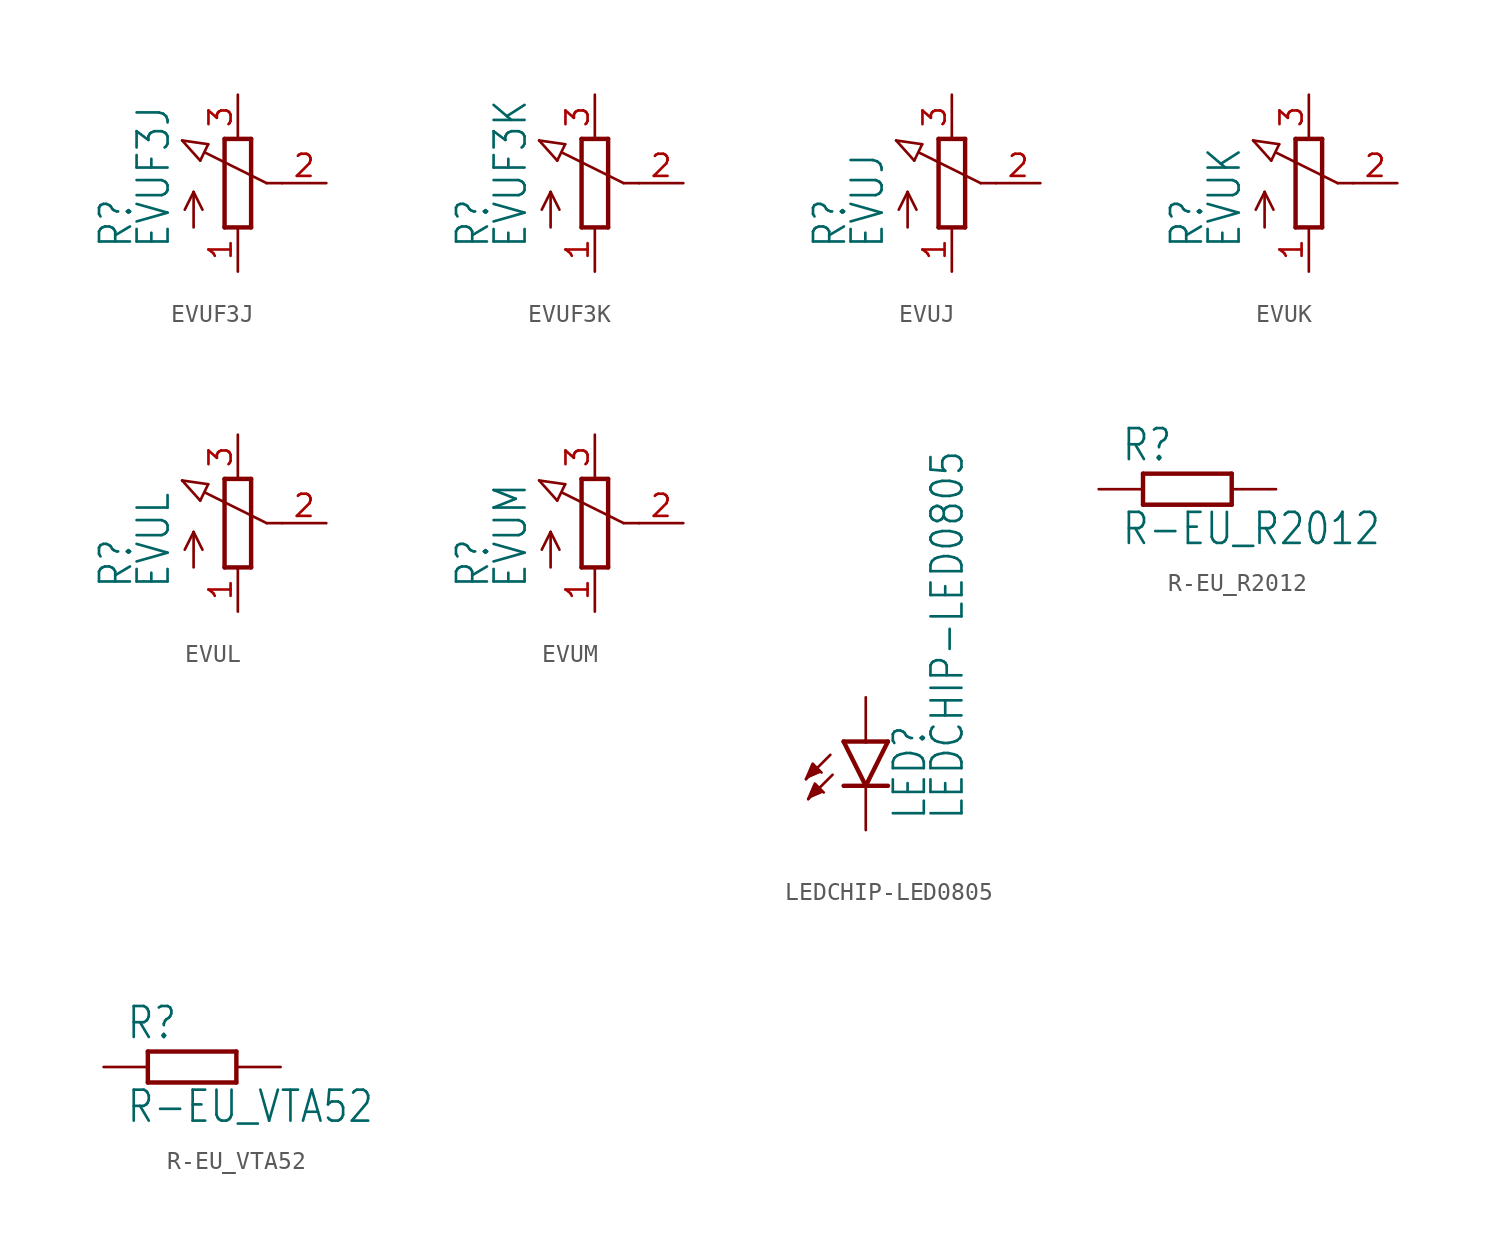
<source format=kicad_sym>
(kicad_symbol_lib
  (version 20211014)
  (generator kicad_symbol_editor)
  (symbol "EVUF3J"
    (property "Reference" "R"
      (at -5.969 -3.81 90)
      (effects (font (size 1.778 1.511)) (justify left bottom)))
    (property "Value" "EVUF3J"
      (at -3.81 -3.81 90)
      (effects (font (size 1.778 1.511)) (justify left bottom)))
    (property "ki_locked" ""
      (at 0 0 0)
      (effects (font (size 1.27 1.27))))
    (symbol "EVUF3J_1_0"
      (polyline (pts (xy -3.199 2.45) (xy -1.702 2.235)) (stroke (width 0.152) (type default) (color 0 0 0 0)) (fill (type none)))
      (polyline (pts (xy -2.54 -2.54) (xy -2.54 -0.508)) (stroke (width 0.152) (type default) (color 0 0 0 0)) (fill (type none)))
      (polyline (pts (xy -2.54 -0.508) (xy -3.048 -1.524)) (stroke (width 0.152) (type default) (color 0 0 0 0)) (fill (type none)))
      (polyline (pts (xy -2.54 -0.508) (xy -2.032 -1.524)) (stroke (width 0.152) (type default) (color 0 0 0 0)) (fill (type none)))
      (polyline (pts (xy -2.16 1.294) (xy -3.199 2.45)) (stroke (width 0.152) (type default) (color 0 0 0 0)) (fill (type none)))
      (polyline (pts (xy -2.16 1.294) (xy -1.702 2.235)) (stroke (width 0.152) (type default) (color 0 0 0 0)) (fill (type none)))
      (polyline (pts (xy -0.762 -2.54) (xy 0.762 -2.54)) (stroke (width 0.254) (type default) (color 0 0 0 0)) (fill (type none)))
      (polyline (pts (xy -0.762 2.54) (xy -0.762 -2.54)) (stroke (width 0.254) (type default) (color 0 0 0 0)) (fill (type none)))
      (polyline (pts (xy 0.762 -2.54) (xy 0.762 2.54)) (stroke (width 0.254) (type default) (color 0 0 0 0)) (fill (type none)))
      (polyline (pts (xy 0.762 2.54) (xy -0.762 2.54)) (stroke (width 0.254) (type default) (color 0 0 0 0)) (fill (type none)))
      (polyline (pts (xy 1.651 0) (xy -1.88 1.753)) (stroke (width 0.152) (type default) (color 0 0 0 0)) (fill (type none)))
      (polyline (pts (xy 2.54 0) (xy 1.651 0)) (stroke (width 0.152) (type default) (color 0 0 0 0)) (fill (type none)))
      (pin passive line (at 0 -5.08 90) (length 2.54) (name "A" (effects (font (size 0 0)))) (number "1" (effects (font (size 1.27 1.27)))))
      (pin passive line (at 5.08 0 180) (length 2.54) (name "S" (effects (font (size 0 0)))) (number "2" (effects (font (size 1.27 1.27)))))
      (pin passive line (at 0 5.08 270) (length 2.54) (name "E" (effects (font (size 0 0)))) (number "3" (effects (font (size 1.27 1.27)))))))
  (symbol "EVUF3K"
    (property "Reference" "R"
      (at -5.969 -3.81 90)
      (effects (font (size 1.778 1.511)) (justify left bottom)))
    (property "Value" "EVUF3K"
      (at -3.81 -3.81 90)
      (effects (font (size 1.778 1.511)) (justify left bottom)))
    (property "ki_locked" ""
      (at 0 0 0)
      (effects (font (size 1.27 1.27))))
    (symbol "EVUF3K_1_0"
      (polyline (pts (xy -3.199 2.45) (xy -1.702 2.235)) (stroke (width 0.152) (type default) (color 0 0 0 0)) (fill (type none)))
      (polyline (pts (xy -2.54 -2.54) (xy -2.54 -0.508)) (stroke (width 0.152) (type default) (color 0 0 0 0)) (fill (type none)))
      (polyline (pts (xy -2.54 -0.508) (xy -3.048 -1.524)) (stroke (width 0.152) (type default) (color 0 0 0 0)) (fill (type none)))
      (polyline (pts (xy -2.54 -0.508) (xy -2.032 -1.524)) (stroke (width 0.152) (type default) (color 0 0 0 0)) (fill (type none)))
      (polyline (pts (xy -2.16 1.294) (xy -3.199 2.45)) (stroke (width 0.152) (type default) (color 0 0 0 0)) (fill (type none)))
      (polyline (pts (xy -2.16 1.294) (xy -1.702 2.235)) (stroke (width 0.152) (type default) (color 0 0 0 0)) (fill (type none)))
      (polyline (pts (xy -0.762 -2.54) (xy 0.762 -2.54)) (stroke (width 0.254) (type default) (color 0 0 0 0)) (fill (type none)))
      (polyline (pts (xy -0.762 2.54) (xy -0.762 -2.54)) (stroke (width 0.254) (type default) (color 0 0 0 0)) (fill (type none)))
      (polyline (pts (xy 0.762 -2.54) (xy 0.762 2.54)) (stroke (width 0.254) (type default) (color 0 0 0 0)) (fill (type none)))
      (polyline (pts (xy 0.762 2.54) (xy -0.762 2.54)) (stroke (width 0.254) (type default) (color 0 0 0 0)) (fill (type none)))
      (polyline (pts (xy 1.651 0) (xy -1.88 1.753)) (stroke (width 0.152) (type default) (color 0 0 0 0)) (fill (type none)))
      (polyline (pts (xy 2.54 0) (xy 1.651 0)) (stroke (width 0.152) (type default) (color 0 0 0 0)) (fill (type none)))
      (pin passive line (at 0 -5.08 90) (length 2.54) (name "A" (effects (font (size 0 0)))) (number "1" (effects (font (size 1.27 1.27)))))
      (pin passive line (at 5.08 0 180) (length 2.54) (name "S" (effects (font (size 0 0)))) (number "2" (effects (font (size 1.27 1.27)))))
      (pin passive line (at 0 5.08 270) (length 2.54) (name "E" (effects (font (size 0 0)))) (number "3" (effects (font (size 1.27 1.27)))))))
  (symbol "EVUJ"
    (property "Reference" "R"
      (at -5.969 -3.81 90)
      (effects (font (size 1.778 1.511)) (justify left bottom)))
    (property "Value" "EVUJ"
      (at -3.81 -3.81 90)
      (effects (font (size 1.778 1.511)) (justify left bottom)))
    (property "ki_locked" ""
      (at 0 0 0)
      (effects (font (size 1.27 1.27))))
    (symbol "EVUJ_1_0"
      (polyline (pts (xy -3.199 2.45) (xy -1.702 2.235)) (stroke (width 0.152) (type default) (color 0 0 0 0)) (fill (type none)))
      (polyline (pts (xy -2.54 -2.54) (xy -2.54 -0.508)) (stroke (width 0.152) (type default) (color 0 0 0 0)) (fill (type none)))
      (polyline (pts (xy -2.54 -0.508) (xy -3.048 -1.524)) (stroke (width 0.152) (type default) (color 0 0 0 0)) (fill (type none)))
      (polyline (pts (xy -2.54 -0.508) (xy -2.032 -1.524)) (stroke (width 0.152) (type default) (color 0 0 0 0)) (fill (type none)))
      (polyline (pts (xy -2.16 1.294) (xy -3.199 2.45)) (stroke (width 0.152) (type default) (color 0 0 0 0)) (fill (type none)))
      (polyline (pts (xy -2.16 1.294) (xy -1.702 2.235)) (stroke (width 0.152) (type default) (color 0 0 0 0)) (fill (type none)))
      (polyline (pts (xy -0.762 -2.54) (xy 0.762 -2.54)) (stroke (width 0.254) (type default) (color 0 0 0 0)) (fill (type none)))
      (polyline (pts (xy -0.762 2.54) (xy -0.762 -2.54)) (stroke (width 0.254) (type default) (color 0 0 0 0)) (fill (type none)))
      (polyline (pts (xy 0.762 -2.54) (xy 0.762 2.54)) (stroke (width 0.254) (type default) (color 0 0 0 0)) (fill (type none)))
      (polyline (pts (xy 0.762 2.54) (xy -0.762 2.54)) (stroke (width 0.254) (type default) (color 0 0 0 0)) (fill (type none)))
      (polyline (pts (xy 1.651 0) (xy -1.88 1.753)) (stroke (width 0.152) (type default) (color 0 0 0 0)) (fill (type none)))
      (polyline (pts (xy 2.54 0) (xy 1.651 0)) (stroke (width 0.152) (type default) (color 0 0 0 0)) (fill (type none)))
      (pin passive line (at 0 -5.08 90) (length 2.54) (name "A" (effects (font (size 0 0)))) (number "1" (effects (font (size 1.27 1.27)))))
      (pin passive line (at 5.08 0 180) (length 2.54) (name "S" (effects (font (size 0 0)))) (number "2" (effects (font (size 1.27 1.27)))))
      (pin passive line (at 0 5.08 270) (length 2.54) (name "E" (effects (font (size 0 0)))) (number "3" (effects (font (size 1.27 1.27)))))))
  (symbol "EVUK"
    (property "Reference" "R"
      (at -5.969 -3.81 90)
      (effects (font (size 1.778 1.511)) (justify left bottom)))
    (property "Value" "EVUK"
      (at -3.81 -3.81 90)
      (effects (font (size 1.778 1.511)) (justify left bottom)))
    (property "ki_locked" ""
      (at 0 0 0)
      (effects (font (size 1.27 1.27))))
    (symbol "EVUK_1_0"
      (polyline (pts (xy -3.199 2.45) (xy -1.702 2.235)) (stroke (width 0.152) (type default) (color 0 0 0 0)) (fill (type none)))
      (polyline (pts (xy -2.54 -2.54) (xy -2.54 -0.508)) (stroke (width 0.152) (type default) (color 0 0 0 0)) (fill (type none)))
      (polyline (pts (xy -2.54 -0.508) (xy -3.048 -1.524)) (stroke (width 0.152) (type default) (color 0 0 0 0)) (fill (type none)))
      (polyline (pts (xy -2.54 -0.508) (xy -2.032 -1.524)) (stroke (width 0.152) (type default) (color 0 0 0 0)) (fill (type none)))
      (polyline (pts (xy -2.16 1.294) (xy -3.199 2.45)) (stroke (width 0.152) (type default) (color 0 0 0 0)) (fill (type none)))
      (polyline (pts (xy -2.16 1.294) (xy -1.702 2.235)) (stroke (width 0.152) (type default) (color 0 0 0 0)) (fill (type none)))
      (polyline (pts (xy -0.762 -2.54) (xy 0.762 -2.54)) (stroke (width 0.254) (type default) (color 0 0 0 0)) (fill (type none)))
      (polyline (pts (xy -0.762 2.54) (xy -0.762 -2.54)) (stroke (width 0.254) (type default) (color 0 0 0 0)) (fill (type none)))
      (polyline (pts (xy 0.762 -2.54) (xy 0.762 2.54)) (stroke (width 0.254) (type default) (color 0 0 0 0)) (fill (type none)))
      (polyline (pts (xy 0.762 2.54) (xy -0.762 2.54)) (stroke (width 0.254) (type default) (color 0 0 0 0)) (fill (type none)))
      (polyline (pts (xy 1.651 0) (xy -1.88 1.753)) (stroke (width 0.152) (type default) (color 0 0 0 0)) (fill (type none)))
      (polyline (pts (xy 2.54 0) (xy 1.651 0)) (stroke (width 0.152) (type default) (color 0 0 0 0)) (fill (type none)))
      (pin passive line (at 0 -5.08 90) (length 2.54) (name "A" (effects (font (size 0 0)))) (number "1" (effects (font (size 1.27 1.27)))))
      (pin passive line (at 5.08 0 180) (length 2.54) (name "S" (effects (font (size 0 0)))) (number "2" (effects (font (size 1.27 1.27)))))
      (pin passive line (at 0 5.08 270) (length 2.54) (name "E" (effects (font (size 0 0)))) (number "3" (effects (font (size 1.27 1.27)))))))
  (symbol "EVUL"
    (property "Reference" "R"
      (at -5.969 -3.81 90)
      (effects (font (size 1.778 1.511)) (justify left bottom)))
    (property "Value" "EVUL"
      (at -3.81 -3.81 90)
      (effects (font (size 1.778 1.511)) (justify left bottom)))
    (property "ki_locked" ""
      (at 0 0 0)
      (effects (font (size 1.27 1.27))))
    (symbol "EVUL_1_0"
      (polyline (pts (xy -3.199 2.45) (xy -1.702 2.235)) (stroke (width 0.152) (type default) (color 0 0 0 0)) (fill (type none)))
      (polyline (pts (xy -2.54 -2.54) (xy -2.54 -0.508)) (stroke (width 0.152) (type default) (color 0 0 0 0)) (fill (type none)))
      (polyline (pts (xy -2.54 -0.508) (xy -3.048 -1.524)) (stroke (width 0.152) (type default) (color 0 0 0 0)) (fill (type none)))
      (polyline (pts (xy -2.54 -0.508) (xy -2.032 -1.524)) (stroke (width 0.152) (type default) (color 0 0 0 0)) (fill (type none)))
      (polyline (pts (xy -2.16 1.294) (xy -3.199 2.45)) (stroke (width 0.152) (type default) (color 0 0 0 0)) (fill (type none)))
      (polyline (pts (xy -2.16 1.294) (xy -1.702 2.235)) (stroke (width 0.152) (type default) (color 0 0 0 0)) (fill (type none)))
      (polyline (pts (xy -0.762 -2.54) (xy 0.762 -2.54)) (stroke (width 0.254) (type default) (color 0 0 0 0)) (fill (type none)))
      (polyline (pts (xy -0.762 2.54) (xy -0.762 -2.54)) (stroke (width 0.254) (type default) (color 0 0 0 0)) (fill (type none)))
      (polyline (pts (xy 0.762 -2.54) (xy 0.762 2.54)) (stroke (width 0.254) (type default) (color 0 0 0 0)) (fill (type none)))
      (polyline (pts (xy 0.762 2.54) (xy -0.762 2.54)) (stroke (width 0.254) (type default) (color 0 0 0 0)) (fill (type none)))
      (polyline (pts (xy 1.651 0) (xy -1.88 1.753)) (stroke (width 0.152) (type default) (color 0 0 0 0)) (fill (type none)))
      (polyline (pts (xy 2.54 0) (xy 1.651 0)) (stroke (width 0.152) (type default) (color 0 0 0 0)) (fill (type none)))
      (pin passive line (at 0 -5.08 90) (length 2.54) (name "A" (effects (font (size 0 0)))) (number "1" (effects (font (size 1.27 1.27)))))
      (pin passive line (at 5.08 0 180) (length 2.54) (name "S" (effects (font (size 0 0)))) (number "2" (effects (font (size 1.27 1.27)))))
      (pin passive line (at 0 5.08 270) (length 2.54) (name "E" (effects (font (size 0 0)))) (number "3" (effects (font (size 1.27 1.27)))))))
  (symbol "EVUM"
    (property "Reference" "R"
      (at -5.969 -3.81 90)
      (effects (font (size 1.778 1.511)) (justify left bottom)))
    (property "Value" "EVUM"
      (at -3.81 -3.81 90)
      (effects (font (size 1.778 1.511)) (justify left bottom)))
    (property "ki_locked" ""
      (at 0 0 0)
      (effects (font (size 1.27 1.27))))
    (symbol "EVUM_1_0"
      (polyline (pts (xy -3.199 2.45) (xy -1.702 2.235)) (stroke (width 0.152) (type default) (color 0 0 0 0)) (fill (type none)))
      (polyline (pts (xy -2.54 -2.54) (xy -2.54 -0.508)) (stroke (width 0.152) (type default) (color 0 0 0 0)) (fill (type none)))
      (polyline (pts (xy -2.54 -0.508) (xy -3.048 -1.524)) (stroke (width 0.152) (type default) (color 0 0 0 0)) (fill (type none)))
      (polyline (pts (xy -2.54 -0.508) (xy -2.032 -1.524)) (stroke (width 0.152) (type default) (color 0 0 0 0)) (fill (type none)))
      (polyline (pts (xy -2.16 1.294) (xy -3.199 2.45)) (stroke (width 0.152) (type default) (color 0 0 0 0)) (fill (type none)))
      (polyline (pts (xy -2.16 1.294) (xy -1.702 2.235)) (stroke (width 0.152) (type default) (color 0 0 0 0)) (fill (type none)))
      (polyline (pts (xy -0.762 -2.54) (xy 0.762 -2.54)) (stroke (width 0.254) (type default) (color 0 0 0 0)) (fill (type none)))
      (polyline (pts (xy -0.762 2.54) (xy -0.762 -2.54)) (stroke (width 0.254) (type default) (color 0 0 0 0)) (fill (type none)))
      (polyline (pts (xy 0.762 -2.54) (xy 0.762 2.54)) (stroke (width 0.254) (type default) (color 0 0 0 0)) (fill (type none)))
      (polyline (pts (xy 0.762 2.54) (xy -0.762 2.54)) (stroke (width 0.254) (type default) (color 0 0 0 0)) (fill (type none)))
      (polyline (pts (xy 1.651 0) (xy -1.88 1.753)) (stroke (width 0.152) (type default) (color 0 0 0 0)) (fill (type none)))
      (polyline (pts (xy 2.54 0) (xy 1.651 0)) (stroke (width 0.152) (type default) (color 0 0 0 0)) (fill (type none)))
      (pin passive line (at 0 -5.08 90) (length 2.54) (name "A" (effects (font (size 0 0)))) (number "1" (effects (font (size 1.27 1.27)))))
      (pin passive line (at 5.08 0 180) (length 2.54) (name "S" (effects (font (size 0 0)))) (number "2" (effects (font (size 1.27 1.27)))))
      (pin passive line (at 0 5.08 270) (length 2.54) (name "E" (effects (font (size 0 0)))) (number "3" (effects (font (size 1.27 1.27)))))))
  (symbol "LEDCHIP-LED0805"
    (property "Reference" "LED"
      (at 3.556 -4.572 90)
      (effects (font (size 1.778 1.511)) (justify left bottom)))
    (property "Value" "LEDCHIP-LED0805"
      (at 5.715 -4.572 90)
      (effects (font (size 1.778 1.511)) (justify left bottom)))
    (property "ki_locked" ""
      (at 0 0 0)
      (effects (font (size 1.27 1.27))))
    (symbol "LEDCHIP-LED0805_1_0"
      (polyline (pts (xy -2.032 -0.762) (xy -3.429 -2.159)) (stroke (width 0.152) (type default) (color 0 0 0 0)) (fill (type none)))
      (polyline (pts (xy -1.905 -1.905) (xy -3.302 -3.302)) (stroke (width 0.152) (type default) (color 0 0 0 0)) (fill (type none)))
      (polyline (pts (xy 0 -2.54) (xy -1.27 -2.54)) (stroke (width 0.254) (type default) (color 0 0 0 0)) (fill (type none)))
      (polyline (pts (xy 0 -2.54) (xy -1.27 0)) (stroke (width 0.254) (type default) (color 0 0 0 0)) (fill (type none)))
      (polyline (pts (xy 0 0) (xy -1.27 0)) (stroke (width 0.254) (type default) (color 0 0 0 0)) (fill (type none)))
      (polyline (pts (xy 1.27 -2.54) (xy 0 -2.54)) (stroke (width 0.254) (type default) (color 0 0 0 0)) (fill (type none)))
      (polyline (pts (xy 1.27 0) (xy 0 -2.54)) (stroke (width 0.254) (type default) (color 0 0 0 0)) (fill (type none)))
      (polyline (pts (xy 1.27 0) (xy 0 0)) (stroke (width 0.254) (type default) (color 0 0 0 0)) (fill (type none)))
      (polyline (pts (xy -3.429 -2.159) (xy -3.048 -1.27) (xy -2.54 -1.778)) (stroke (width 0) (type default) (color 0 0 0 0)) (fill (type outline)))
      (polyline (pts (xy -3.302 -3.302) (xy -2.921 -2.413) (xy -2.413 -2.921)) (stroke (width 0) (type default) (color 0 0 0 0)) (fill (type outline)))
      (pin passive line (at 0 2.54 270) (length 2.54) (name "A" (effects (font (size 0 0)))) (number "A" (effects (font (size 0 0)))))
      (pin passive line (at 0 -5.08 90) (length 2.54) (name "C" (effects (font (size 0 0)))) (number "C" (effects (font (size 0 0)))))))
  (symbol "R-EU_R2012"
    (property "Reference" "R"
      (at -3.81 1.499 0)
      (effects (font (size 1.778 1.511)) (justify left bottom)))
    (property "Value" "R-EU_R2012"
      (at -3.81 -3.302 0)
      (effects (font (size 1.778 1.511)) (justify left bottom)))
    (property "ki_locked" ""
      (at 0 0 0)
      (effects (font (size 1.27 1.27))))
    (symbol "R-EU_R2012_1_0"
      (polyline (pts (xy -2.54 -0.889) (xy -2.54 0.889)) (stroke (width 0.254) (type default) (color 0 0 0 0)) (fill (type none)))
      (polyline (pts (xy -2.54 -0.889) (xy 2.54 -0.889)) (stroke (width 0.254) (type default) (color 0 0 0 0)) (fill (type none)))
      (polyline (pts (xy 2.54 -0.889) (xy 2.54 0.889)) (stroke (width 0.254) (type default) (color 0 0 0 0)) (fill (type none)))
      (polyline (pts (xy 2.54 0.889) (xy -2.54 0.889)) (stroke (width 0.254) (type default) (color 0 0 0 0)) (fill (type none)))
      (pin passive line (at -5.08 0 0) (length 2.54) (name "1" (effects (font (size 0 0)))) (number "1" (effects (font (size 0 0)))))
      (pin passive line (at 5.08 0 180) (length 2.54) (name "2" (effects (font (size 0 0)))) (number "2" (effects (font (size 0 0)))))))
  (symbol "R-EU_VTA52"
    (property "Reference" "R"
      (at -3.81 1.499 0)
      (effects (font (size 1.778 1.511)) (justify left bottom)))
    (property "Value" "R-EU_VTA52"
      (at -3.81 -3.302 0)
      (effects (font (size 1.778 1.511)) (justify left bottom)))
    (property "ki_locked" ""
      (at 0 0 0)
      (effects (font (size 1.27 1.27))))
    (symbol "R-EU_VTA52_1_0"
      (polyline (pts (xy -2.54 -0.889) (xy -2.54 0.889)) (stroke (width 0.254) (type default) (color 0 0 0 0)) (fill (type none)))
      (polyline (pts (xy -2.54 -0.889) (xy 2.54 -0.889)) (stroke (width 0.254) (type default) (color 0 0 0 0)) (fill (type none)))
      (polyline (pts (xy 2.54 -0.889) (xy 2.54 0.889)) (stroke (width 0.254) (type default) (color 0 0 0 0)) (fill (type none)))
      (polyline (pts (xy 2.54 0.889) (xy -2.54 0.889)) (stroke (width 0.254) (type default) (color 0 0 0 0)) (fill (type none)))
      (pin passive line (at -5.08 0 0) (length 2.54) (name "1" (effects (font (size 0 0)))) (number "1" (effects (font (size 0 0)))))
      (pin passive line (at 5.08 0 180) (length 2.54) (name "2" (effects (font (size 0 0)))) (number "2" (effects (font (size 0 0))))))))
</source>
